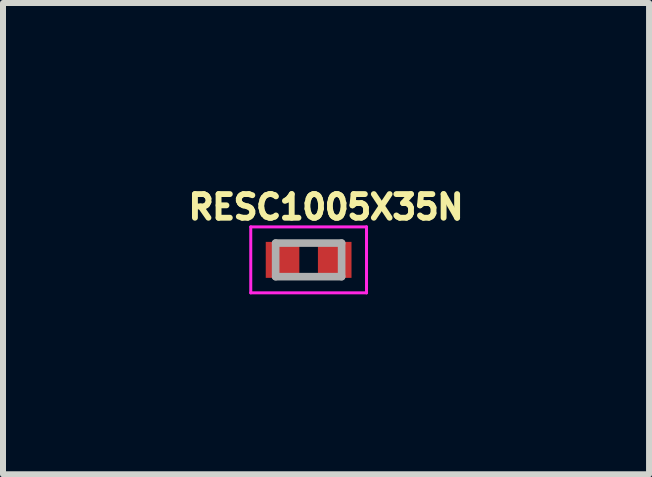
<source format=kicad_pcb>
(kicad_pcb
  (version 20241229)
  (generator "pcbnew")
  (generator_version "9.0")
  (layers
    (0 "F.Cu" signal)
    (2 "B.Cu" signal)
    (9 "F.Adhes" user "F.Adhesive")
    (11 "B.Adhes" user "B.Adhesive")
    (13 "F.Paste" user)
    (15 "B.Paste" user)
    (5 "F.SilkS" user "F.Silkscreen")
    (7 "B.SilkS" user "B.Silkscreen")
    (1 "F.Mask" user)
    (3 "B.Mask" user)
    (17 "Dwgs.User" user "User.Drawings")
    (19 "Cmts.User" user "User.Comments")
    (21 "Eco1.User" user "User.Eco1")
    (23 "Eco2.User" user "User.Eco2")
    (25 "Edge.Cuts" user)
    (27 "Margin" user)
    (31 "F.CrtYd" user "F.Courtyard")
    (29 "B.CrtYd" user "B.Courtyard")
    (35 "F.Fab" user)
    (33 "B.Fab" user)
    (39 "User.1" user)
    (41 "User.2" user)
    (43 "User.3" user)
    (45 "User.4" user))
  (footprint "RESC1005X35N"
    (layer "F.Cu")
    (at 2.096 1.283)
    (property "Reference" "RESC1005X35N" (at 0.29 -0.88 0) (layer "F.SilkS") (effects (font (size 0.394 0.394) (thickness 0.098))))
    (attr smd)
    (fp_line (start -0.965 -0.55) (end 0.965 -0.55) (stroke (width 0.05) (type solid)) (layer "F.CrtYd"))
    (fp_line (start -0.965 0.55) (end -0.965 -0.55) (stroke (width 0.05) (type solid)) (layer "F.CrtYd"))
    (fp_line (start -0.965 0.55) (end 0.965 0.55) (stroke (width 0.05) (type solid)) (layer "F.CrtYd"))
    (fp_line (start 0.965 0.55) (end 0.965 -0.55) (stroke (width 0.05) (type solid)) (layer "F.CrtYd"))
    (fp_line (start -0.55 0.28) (end -0.55 -0.28) (stroke (width 0.127) (type solid)) (layer "F.Fab"))
    (fp_line (start 0.55 -0.28) (end -0.55 -0.28) (stroke (width 0.127) (type solid)) (layer "F.Fab"))
    (fp_line (start 0.55 0.28) (end -0.55 0.28) (stroke (width 0.127) (type solid)) (layer "F.Fab"))
    (fp_line (start 0.55 0.28) (end 0.55 -0.28) (stroke (width 0.127) (type solid)) (layer "F.Fab"))
    (pad "1" smd rect (at -0.435 0) (size 0.56 0.6) (layers "F.Cu" "F.Mask" "F.Paste"))
    (pad "2" smd rect (at 0.435 0) (size 0.56 0.6) (layers "F.Cu" "F.Mask" "F.Paste")))
  (gr_rect
    (start -3 -3)
    (end 7.772 4.858)
    (stroke (width 0.1) (type default))
    (fill no)
    (layer "Edge.Cuts")))
</source>
